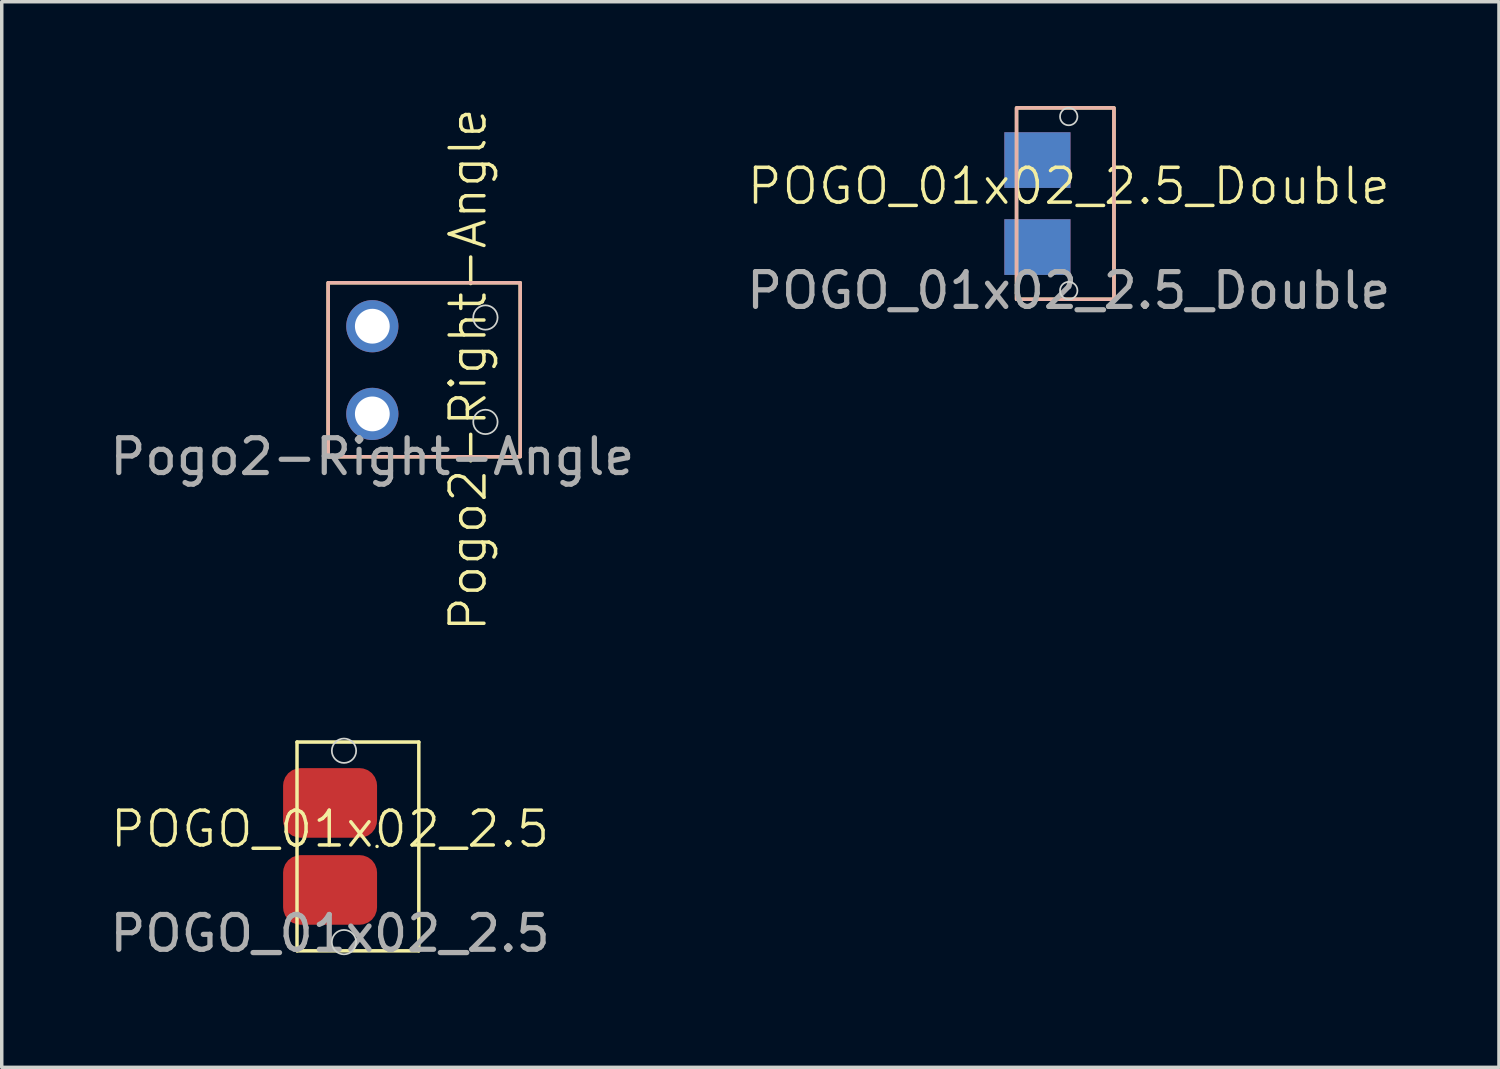
<source format=kicad_pcb>
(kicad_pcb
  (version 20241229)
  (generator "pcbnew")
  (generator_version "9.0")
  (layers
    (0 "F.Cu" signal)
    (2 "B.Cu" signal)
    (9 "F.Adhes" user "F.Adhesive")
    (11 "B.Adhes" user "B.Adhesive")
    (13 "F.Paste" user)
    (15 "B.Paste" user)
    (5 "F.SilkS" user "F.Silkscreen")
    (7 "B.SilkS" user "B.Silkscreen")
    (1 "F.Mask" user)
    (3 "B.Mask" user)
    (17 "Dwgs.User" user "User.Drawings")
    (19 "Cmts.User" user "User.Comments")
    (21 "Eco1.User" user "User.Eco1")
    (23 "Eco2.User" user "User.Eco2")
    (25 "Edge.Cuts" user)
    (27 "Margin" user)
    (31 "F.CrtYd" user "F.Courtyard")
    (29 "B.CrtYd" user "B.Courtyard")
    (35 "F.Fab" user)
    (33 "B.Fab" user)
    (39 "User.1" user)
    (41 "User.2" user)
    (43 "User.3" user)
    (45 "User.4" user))
  (footprint "Pogo2-Right-Angle"
    (layer "F.Cu")
    (at 7.649 7.574)
    (property "Reference" "Pogo2-Right-Angle" (at 2.75 0 90) (unlocked yes) (layer "F.SilkS") (effects (font (size 1 1) (thickness 0.1))))
    (attr through_hole)
    (fp_rect (start -1.27 -2.5) (end 4.25 2.5) (stroke (width 0.1) (type default)) (fill no) (layer "F.SilkS"))
    (fp_rect (start -1.27 -2.5) (end 4.25 2.5) (stroke (width 0.1) (type default)) (fill no) (layer "B.SilkS"))
    (fp_circle (center 3.25 -1.5) (end 3.6 -1.5) (stroke (width 0.05) (type default)) (fill no) (layer "Edge.Cuts"))
    (fp_circle (center 3.25 1.5) (end 3.6 1.5) (stroke (width 0.05) (type default)) (fill no) (layer "Edge.Cuts"))
    (fp_text user "${REFERENCE}" (at 0 2.5 0) (unlocked yes) (layer "F.Fab") (effects (font (size 1 1) (thickness 0.15))))
    (pad "1" thru_hole circle (at 0 -1.25) (size 1.5 1.5) (drill 1) (layers "*.Cu" "*.Mask"))
    (pad "2" thru_hole circle (at 0 1.27) (size 1.5 1.5) (drill 1) (layers "*.Cu" "*.Mask")))
  (footprint "POGO_01x02_2.5"
    (layer "F.Cu")
    (at 6.435 21.273)
    (property "Reference" "POGO_01x02_2.5" (at 0 -0.5 0) (unlocked yes) (layer "F.SilkS") (effects (font (size 1 1) (thickness 0.1))))
    (attr smd)
    (fp_line (start -0.95 -3) (end -0.95 3) (stroke (width 0.1) (type default)) (layer "F.SilkS"))
    (fp_line (start -0.95 -3) (end 2.55 -3) (stroke (width 0.1) (type default)) (layer "F.SilkS"))
    (fp_line (start -0.95 3) (end 2.55 3) (stroke (width 0.1) (type default)) (layer "F.SilkS"))
    (fp_line (start 1.35 0) (end 1.35 0) (stroke (width 0.1) (type default)) (layer "F.SilkS"))
    (fp_line (start 2.55 -3) (end 2.55 3) (stroke (width 0.1) (type default)) (layer "F.SilkS"))
    (fp_circle (center 0.4 -2.75) (end 0.75 -2.75) (stroke (width 0.05) (type default)) (fill no) (layer "Edge.Cuts"))
    (fp_circle (center 0.4 2.75) (end 0.75 2.75) (stroke (width 0.05) (type default)) (fill no) (layer "Edge.Cuts"))
    (fp_text user "${REFERENCE}" (at 0 2.5 0) (unlocked yes) (layer "F.Fab") (effects (font (size 1 1) (thickness 0.15))))
    (pad "1" smd roundrect (at 0 -1.25) (size 2.7 2) (layers "F.Cu" "F.Mask" "F.Paste") (roundrect_rratio 0.25))
    (pad "2" smd roundrect (at 0 1.25) (size 2.7 2) (layers "F.Cu" "F.Mask" "F.Paste") (roundrect_rratio 0.25)))
  (footprint "POGO_01x02_2.5_Double"
    (layer "F.Cu")
    (at 27.661 2.8)
    (property "Reference" "POGO_01x02_2.5_Double" (at 0 -0.5 0) (unlocked yes) (layer "F.SilkS") (effects (font (size 1 1) (thickness 0.1))))
    (attr smd)
    (fp_rect (start -1.5 -2.75) (end 1.3 2.75) (stroke (width 0.1) (type default)) (fill no) (layer "F.SilkS"))
    (fp_rect (start -1.5 -2.75) (end 1.3 2.75) (stroke (width 0.1) (type default)) (fill no) (layer "B.SilkS"))
    (fp_circle (center 0 -2.5) (end 0.25 -2.5) (stroke (width 0.05) (type default)) (fill no) (layer "Edge.Cuts"))
    (fp_circle (center 0 2.5) (end 0.25 2.5) (stroke (width 0.05) (type default)) (fill no) (layer "Edge.Cuts"))
    (fp_text user "${REFERENCE}" (at 0 2.5 0) (unlocked yes) (layer "F.Fab") (effects (font (size 1 1) (thickness 0.15))))
    (pad "1" smd rect (at -0.9 -1.25) (size 1.9 1.6) (layers "F.Cu" "F.Mask" "F.Paste"))
    (pad "1" smd rect (at -0.9 -1.25) (size 1.9 1.6) (layers "B.Cu" "B.Mask" "B.Paste"))
    (pad "2" smd rect (at -0.9 1.25) (size 1.9 1.6) (layers "F.Cu" "F.Mask" "F.Paste"))
    (pad "2" smd rect (at -0.9 1.25) (size 1.9 1.6) (layers "B.Cu" "B.Mask" "B.Paste")))
  (gr_rect
    (start -3 -3)
    (end 40.024 27.621)
    (stroke (width 0.1) (type default))
    (fill no)
    (layer "Edge.Cuts")))
</source>
